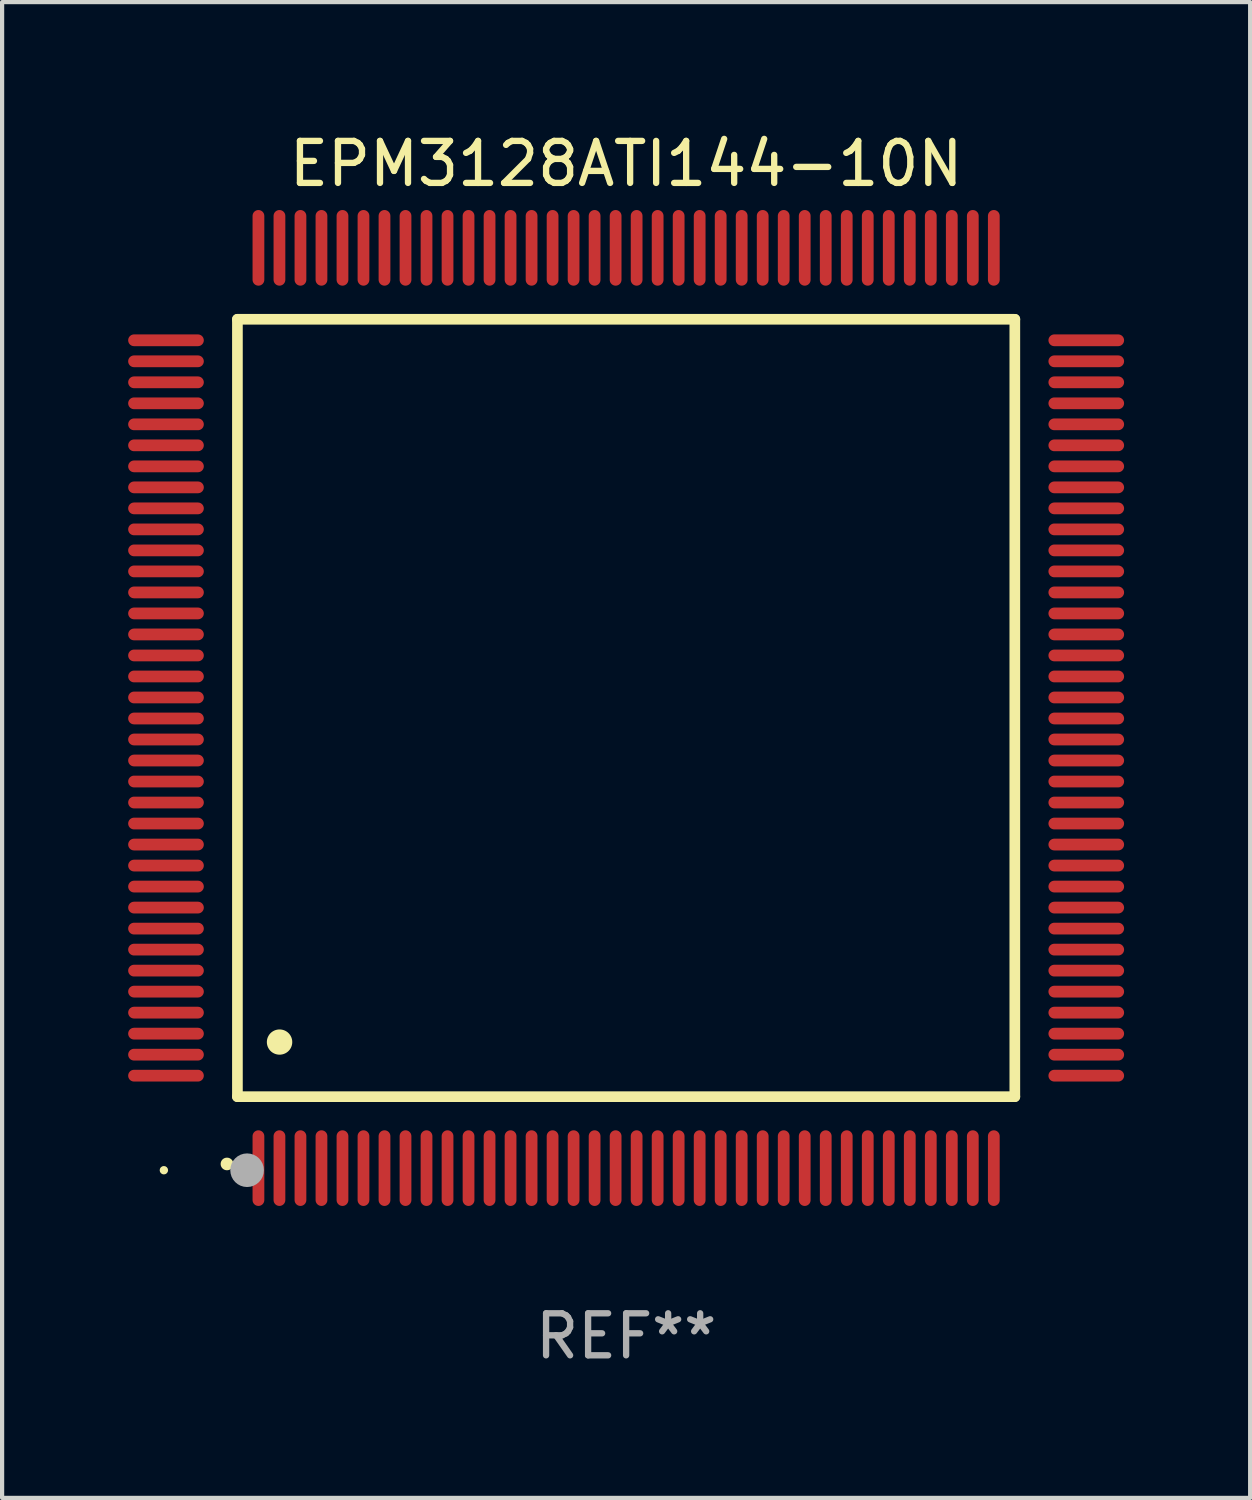
<source format=kicad_pcb>
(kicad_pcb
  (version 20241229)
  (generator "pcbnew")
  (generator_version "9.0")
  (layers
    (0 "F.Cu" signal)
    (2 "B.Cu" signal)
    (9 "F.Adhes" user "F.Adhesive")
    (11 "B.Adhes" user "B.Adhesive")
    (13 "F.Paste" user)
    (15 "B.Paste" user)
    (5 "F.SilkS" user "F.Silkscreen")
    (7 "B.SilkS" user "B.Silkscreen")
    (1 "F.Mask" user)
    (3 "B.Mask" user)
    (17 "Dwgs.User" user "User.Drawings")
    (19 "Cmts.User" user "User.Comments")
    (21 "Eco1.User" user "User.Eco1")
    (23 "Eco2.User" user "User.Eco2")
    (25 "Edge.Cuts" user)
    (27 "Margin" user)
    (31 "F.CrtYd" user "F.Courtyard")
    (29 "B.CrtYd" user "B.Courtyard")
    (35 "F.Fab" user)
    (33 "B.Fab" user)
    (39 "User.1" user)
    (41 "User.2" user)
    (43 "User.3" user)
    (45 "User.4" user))
  (footprint "EPM3128ATI144-10N"
    (layer "F.Cu")
    (at 11.85 13.798)
    (property "Reference" "EPM3128ATI144-10N" (at 0 -12.95 0) (layer "F.SilkS") (effects (font (size 1 1) (thickness 0.15))))
    (attr through_hole)
    (fp_line (start -9.25 -9.25) (end -9.25 9.25) (stroke (width 0.254) (type solid)) (layer "F.SilkS"))
    (fp_line (start -9.25 9.25) (end 9.25 9.25) (stroke (width 0.254) (type solid)) (layer "F.SilkS"))
    (fp_line (start 9.25 -9.25) (end -9.25 -9.25) (stroke (width 0.254) (type solid)) (layer "F.SilkS"))
    (fp_line (start 9.25 9.25) (end 9.25 -9.25) (stroke (width 0.254) (type solid)) (layer "F.SilkS"))
    (fp_arc (start -9.499619 10.850902) (mid -9.498349 10.850897) (end -9.497079 10.850902) (stroke (width 0.3) (type solid)) (layer "F.SilkS"))
    (fp_arc (start -8.249936 7.950216) (mid -8.247396 7.950205) (end -8.244856 7.950216) (stroke (width 0.6) (type solid)) (layer "F.SilkS"))
    (fp_circle (center -11 11) (end -10.95 11) (stroke (width 0.1) (type solid)) (fill no) (layer "F.SilkS"))
    (fp_circle (center -9.02 11) (end -8.82 11) (stroke (width 0.4) (type solid)) (fill no) (layer "F.Fab"))
    (fp_text user "REF**" (at 0 14.95 0) (layer "F.Fab") (effects (font (size 1 1) (thickness 0.15))))
    (pad "1" smd oval (at -8.75 10.95) (size 0.28 1.8) (layers "F.Cu" "F.Mask" "F.Paste"))
    (pad "2" smd oval (at -8.25 10.95) (size 0.28 1.8) (layers "F.Cu" "F.Mask" "F.Paste"))
    (pad "3" smd oval (at -7.75 10.95) (size 0.28 1.8) (layers "F.Cu" "F.Mask" "F.Paste"))
    (pad "4" smd oval (at -7.25 10.95) (size 0.28 1.8) (layers "F.Cu" "F.Mask" "F.Paste"))
    (pad "5" smd oval (at -6.75 10.95) (size 0.28 1.8) (layers "F.Cu" "F.Mask" "F.Paste"))
    (pad "6" smd oval (at -6.25 10.95) (size 0.28 1.8) (layers "F.Cu" "F.Mask" "F.Paste"))
    (pad "7" smd oval (at -5.75 10.95) (size 0.28 1.8) (layers "F.Cu" "F.Mask" "F.Paste"))
    (pad "8" smd oval (at -5.25 10.95) (size 0.28 1.8) (layers "F.Cu" "F.Mask" "F.Paste"))
    (pad "9" smd oval (at -4.75 10.95) (size 0.28 1.8) (layers "F.Cu" "F.Mask" "F.Paste"))
    (pad "10" smd oval (at -4.25 10.95) (size 0.28 1.8) (layers "F.Cu" "F.Mask" "F.Paste"))
    (pad "11" smd oval (at -3.75 10.95) (size 0.28 1.8) (layers "F.Cu" "F.Mask" "F.Paste"))
    (pad "12" smd oval (at -3.25 10.95) (size 0.28 1.8) (layers "F.Cu" "F.Mask" "F.Paste"))
    (pad "13" smd oval (at -2.75 10.95) (size 0.28 1.8) (layers "F.Cu" "F.Mask" "F.Paste"))
    (pad "14" smd oval (at -2.25 10.95) (size 0.28 1.8) (layers "F.Cu" "F.Mask" "F.Paste"))
    (pad "15" smd oval (at -1.75 10.95) (size 0.28 1.8) (layers "F.Cu" "F.Mask" "F.Paste"))
    (pad "16" smd oval (at -1.25 10.95) (size 0.28 1.8) (layers "F.Cu" "F.Mask" "F.Paste"))
    (pad "17" smd oval (at -0.75 10.95) (size 0.28 1.8) (layers "F.Cu" "F.Mask" "F.Paste"))
    (pad "18" smd oval (at -0.25 10.95) (size 0.28 1.8) (layers "F.Cu" "F.Mask" "F.Paste"))
    (pad "19" smd oval (at 0.25 10.95) (size 0.28 1.8) (layers "F.Cu" "F.Mask" "F.Paste"))
    (pad "20" smd oval (at 0.75 10.95) (size 0.28 1.8) (layers "F.Cu" "F.Mask" "F.Paste"))
    (pad "21" smd oval (at 1.25 10.95) (size 0.28 1.8) (layers "F.Cu" "F.Mask" "F.Paste"))
    (pad "22" smd oval (at 1.75 10.95) (size 0.28 1.8) (layers "F.Cu" "F.Mask" "F.Paste"))
    (pad "23" smd oval (at 2.25 10.95) (size 0.28 1.8) (layers "F.Cu" "F.Mask" "F.Paste"))
    (pad "24" smd oval (at 2.75 10.95) (size 0.28 1.8) (layers "F.Cu" "F.Mask" "F.Paste"))
    (pad "25" smd oval (at 3.25 10.95) (size 0.28 1.8) (layers "F.Cu" "F.Mask" "F.Paste"))
    (pad "26" smd oval (at 3.75 10.95) (size 0.28 1.8) (layers "F.Cu" "F.Mask" "F.Paste"))
    (pad "27" smd oval (at 4.25 10.95) (size 0.28 1.8) (layers "F.Cu" "F.Mask" "F.Paste"))
    (pad "28" smd oval (at 4.75 10.95) (size 0.28 1.8) (layers "F.Cu" "F.Mask" "F.Paste"))
    (pad "29" smd oval (at 5.25 10.95) (size 0.28 1.8) (layers "F.Cu" "F.Mask" "F.Paste"))
    (pad "30" smd oval (at 5.75 10.95) (size 0.28 1.8) (layers "F.Cu" "F.Mask" "F.Paste"))
    (pad "31" smd oval (at 6.25 10.95) (size 0.28 1.8) (layers "F.Cu" "F.Mask" "F.Paste"))
    (pad "32" smd oval (at 6.75 10.95) (size 0.28 1.8) (layers "F.Cu" "F.Mask" "F.Paste"))
    (pad "33" smd oval (at 7.25 10.95) (size 0.28 1.8) (layers "F.Cu" "F.Mask" "F.Paste"))
    (pad "34" smd oval (at 7.75 10.95) (size 0.28 1.8) (layers "F.Cu" "F.Mask" "F.Paste"))
    (pad "35" smd oval (at 8.25 10.95) (size 0.28 1.8) (layers "F.Cu" "F.Mask" "F.Paste"))
    (pad "36" smd oval (at 8.75 10.95) (size 0.28 1.8) (layers "F.Cu" "F.Mask" "F.Paste"))
    (pad "37" smd oval (at 10.95 8.75) (size 1.8 0.28) (layers "F.Cu" "F.Mask" "F.Paste"))
    (pad "38" smd oval (at 10.95 8.25) (size 1.8 0.28) (layers "F.Cu" "F.Mask" "F.Paste"))
    (pad "39" smd oval (at 10.95 7.75) (size 1.8 0.28) (layers "F.Cu" "F.Mask" "F.Paste"))
    (pad "40" smd oval (at 10.95 7.25) (size 1.8 0.28) (layers "F.Cu" "F.Mask" "F.Paste"))
    (pad "41" smd oval (at 10.95 6.75) (size 1.8 0.28) (layers "F.Cu" "F.Mask" "F.Paste"))
    (pad "42" smd oval (at 10.95 6.25) (size 1.8 0.28) (layers "F.Cu" "F.Mask" "F.Paste"))
    (pad "43" smd oval (at 10.95 5.75) (size 1.8 0.28) (layers "F.Cu" "F.Mask" "F.Paste"))
    (pad "44" smd oval (at 10.95 5.25) (size 1.8 0.28) (layers "F.Cu" "F.Mask" "F.Paste"))
    (pad "45" smd oval (at 10.95 4.75) (size 1.8 0.28) (layers "F.Cu" "F.Mask" "F.Paste"))
    (pad "46" smd oval (at 10.95 4.25) (size 1.8 0.28) (layers "F.Cu" "F.Mask" "F.Paste"))
    (pad "47" smd oval (at 10.95 3.75) (size 1.8 0.28) (layers "F.Cu" "F.Mask" "F.Paste"))
    (pad "48" smd oval (at 10.95 3.25) (size 1.8 0.28) (layers "F.Cu" "F.Mask" "F.Paste"))
    (pad "49" smd oval (at 10.95 2.75) (size 1.8 0.28) (layers "F.Cu" "F.Mask" "F.Paste"))
    (pad "50" smd oval (at 10.95 2.25) (size 1.8 0.28) (layers "F.Cu" "F.Mask" "F.Paste"))
    (pad "51" smd oval (at 10.95 1.75) (size 1.8 0.28) (layers "F.Cu" "F.Mask" "F.Paste"))
    (pad "52" smd oval (at 10.95 1.25) (size 1.8 0.28) (layers "F.Cu" "F.Mask" "F.Paste"))
    (pad "53" smd oval (at 10.95 0.75) (size 1.8 0.28) (layers "F.Cu" "F.Mask" "F.Paste"))
    (pad "54" smd oval (at 10.95 0.25) (size 1.8 0.28) (layers "F.Cu" "F.Mask" "F.Paste"))
    (pad "55" smd oval (at 10.95 -0.25) (size 1.8 0.28) (layers "F.Cu" "F.Mask" "F.Paste"))
    (pad "56" smd oval (at 10.95 -0.75) (size 1.8 0.28) (layers "F.Cu" "F.Mask" "F.Paste"))
    (pad "57" smd oval (at 10.95 -1.25) (size 1.8 0.28) (layers "F.Cu" "F.Mask" "F.Paste"))
    (pad "58" smd oval (at 10.95 -1.75) (size 1.8 0.28) (layers "F.Cu" "F.Mask" "F.Paste"))
    (pad "59" smd oval (at 10.95 -2.25) (size 1.8 0.28) (layers "F.Cu" "F.Mask" "F.Paste"))
    (pad "60" smd oval (at 10.95 -2.75) (size 1.8 0.28) (layers "F.Cu" "F.Mask" "F.Paste"))
    (pad "61" smd oval (at 10.95 -3.25) (size 1.8 0.28) (layers "F.Cu" "F.Mask" "F.Paste"))
    (pad "62" smd oval (at 10.95 -3.75) (size 1.8 0.28) (layers "F.Cu" "F.Mask" "F.Paste"))
    (pad "63" smd oval (at 10.95 -4.25) (size 1.8 0.28) (layers "F.Cu" "F.Mask" "F.Paste"))
    (pad "64" smd oval (at 10.95 -4.75) (size 1.8 0.28) (layers "F.Cu" "F.Mask" "F.Paste"))
    (pad "65" smd oval (at 10.95 -5.25) (size 1.8 0.28) (layers "F.Cu" "F.Mask" "F.Paste"))
    (pad "66" smd oval (at 10.95 -5.75) (size 1.8 0.28) (layers "F.Cu" "F.Mask" "F.Paste"))
    (pad "67" smd oval (at 10.95 -6.25) (size 1.8 0.28) (layers "F.Cu" "F.Mask" "F.Paste"))
    (pad "68" smd oval (at 10.95 -6.75) (size 1.8 0.28) (layers "F.Cu" "F.Mask" "F.Paste"))
    (pad "69" smd oval (at 10.95 -7.25) (size 1.8 0.28) (layers "F.Cu" "F.Mask" "F.Paste"))
    (pad "70" smd oval (at 10.95 -7.75) (size 1.8 0.28) (layers "F.Cu" "F.Mask" "F.Paste"))
    (pad "71" smd oval (at 10.95 -8.25) (size 1.8 0.28) (layers "F.Cu" "F.Mask" "F.Paste"))
    (pad "72" smd oval (at 10.95 -8.75) (size 1.8 0.28) (layers "F.Cu" "F.Mask" "F.Paste"))
    (pad "73" smd oval (at 8.75 -10.95) (size 0.28 1.8) (layers "F.Cu" "F.Mask" "F.Paste"))
    (pad "74" smd oval (at 8.25 -10.95) (size 0.28 1.8) (layers "F.Cu" "F.Mask" "F.Paste"))
    (pad "75" smd oval (at 7.75 -10.95) (size 0.28 1.8) (layers "F.Cu" "F.Mask" "F.Paste"))
    (pad "76" smd oval (at 7.25 -10.95) (size 0.28 1.8) (layers "F.Cu" "F.Mask" "F.Paste"))
    (pad "77" smd oval (at 6.75 -10.95) (size 0.28 1.8) (layers "F.Cu" "F.Mask" "F.Paste"))
    (pad "78" smd oval (at 6.25 -10.95) (size 0.28 1.8) (layers "F.Cu" "F.Mask" "F.Paste"))
    (pad "79" smd oval (at 5.75 -10.95) (size 0.28 1.8) (layers "F.Cu" "F.Mask" "F.Paste"))
    (pad "80" smd oval (at 5.25 -10.95) (size 0.28 1.8) (layers "F.Cu" "F.Mask" "F.Paste"))
    (pad "81" smd oval (at 4.75 -10.95) (size 0.28 1.8) (layers "F.Cu" "F.Mask" "F.Paste"))
    (pad "82" smd oval (at 4.25 -10.95) (size 0.28 1.8) (layers "F.Cu" "F.Mask" "F.Paste"))
    (pad "83" smd oval (at 3.75 -10.95) (size 0.28 1.8) (layers "F.Cu" "F.Mask" "F.Paste"))
    (pad "84" smd oval (at 3.25 -10.95) (size 0.28 1.8) (layers "F.Cu" "F.Mask" "F.Paste"))
    (pad "85" smd oval (at 2.75 -10.95) (size 0.28 1.8) (layers "F.Cu" "F.Mask" "F.Paste"))
    (pad "86" smd oval (at 2.25 -10.95) (size 0.28 1.8) (layers "F.Cu" "F.Mask" "F.Paste"))
    (pad "87" smd oval (at 1.75 -10.95) (size 0.28 1.8) (layers "F.Cu" "F.Mask" "F.Paste"))
    (pad "88" smd oval (at 1.25 -10.95) (size 0.28 1.8) (layers "F.Cu" "F.Mask" "F.Paste"))
    (pad "89" smd oval (at 0.75 -10.95) (size 0.28 1.8) (layers "F.Cu" "F.Mask" "F.Paste"))
    (pad "90" smd oval (at 0.25 -10.95) (size 0.28 1.8) (layers "F.Cu" "F.Mask" "F.Paste"))
    (pad "91" smd oval (at -0.25 -10.95) (size 0.28 1.8) (layers "F.Cu" "F.Mask" "F.Paste"))
    (pad "92" smd oval (at -0.75 -10.95) (size 0.28 1.8) (layers "F.Cu" "F.Mask" "F.Paste"))
    (pad "93" smd oval (at -1.25 -10.95) (size 0.28 1.8) (layers "F.Cu" "F.Mask" "F.Paste"))
    (pad "94" smd oval (at -1.75 -10.95) (size 0.28 1.8) (layers "F.Cu" "F.Mask" "F.Paste"))
    (pad "95" smd oval (at -2.25 -10.95) (size 0.28 1.8) (layers "F.Cu" "F.Mask" "F.Paste"))
    (pad "96" smd oval (at -2.75 -10.95) (size 0.28 1.8) (layers "F.Cu" "F.Mask" "F.Paste"))
    (pad "97" smd oval (at -3.25 -10.95) (size 0.28 1.8) (layers "F.Cu" "F.Mask" "F.Paste"))
    (pad "98" smd oval (at -3.75 -10.95) (size 0.28 1.8) (layers "F.Cu" "F.Mask" "F.Paste"))
    (pad "99" smd oval (at -4.25 -10.95) (size 0.28 1.8) (layers "F.Cu" "F.Mask" "F.Paste"))
    (pad "100" smd oval (at -4.75 -10.95) (size 0.28 1.8) (layers "F.Cu" "F.Mask" "F.Paste"))
    (pad "101" smd oval (at -5.25 -10.95) (size 0.28 1.8) (layers "F.Cu" "F.Mask" "F.Paste"))
    (pad "102" smd oval (at -5.75 -10.95) (size 0.28 1.8) (layers "F.Cu" "F.Mask" "F.Paste"))
    (pad "103" smd oval (at -6.25 -10.95) (size 0.28 1.8) (layers "F.Cu" "F.Mask" "F.Paste"))
    (pad "104" smd oval (at -6.75 -10.95) (size 0.28 1.8) (layers "F.Cu" "F.Mask" "F.Paste"))
    (pad "105" smd oval (at -7.25 -10.95) (size 0.28 1.8) (layers "F.Cu" "F.Mask" "F.Paste"))
    (pad "106" smd oval (at -7.75 -10.95) (size 0.28 1.8) (layers "F.Cu" "F.Mask" "F.Paste"))
    (pad "107" smd oval (at -8.25 -10.95) (size 0.28 1.8) (layers "F.Cu" "F.Mask" "F.Paste"))
    (pad "108" smd oval (at -8.75 -10.95) (size 0.28 1.8) (layers "F.Cu" "F.Mask" "F.Paste"))
    (pad "109" smd oval (at -10.95 -8.75) (size 1.8 0.28) (layers "F.Cu" "F.Mask" "F.Paste"))
    (pad "110" smd oval (at -10.95 -8.25) (size 1.8 0.28) (layers "F.Cu" "F.Mask" "F.Paste"))
    (pad "111" smd oval (at -10.95 -7.75) (size 1.8 0.28) (layers "F.Cu" "F.Mask" "F.Paste"))
    (pad "112" smd oval (at -10.95 -7.25) (size 1.8 0.28) (layers "F.Cu" "F.Mask" "F.Paste"))
    (pad "113" smd oval (at -10.95 -6.75) (size 1.8 0.28) (layers "F.Cu" "F.Mask" "F.Paste"))
    (pad "114" smd oval (at -10.95 -6.25) (size 1.8 0.28) (layers "F.Cu" "F.Mask" "F.Paste"))
    (pad "115" smd oval (at -10.95 -5.75) (size 1.8 0.28) (layers "F.Cu" "F.Mask" "F.Paste"))
    (pad "116" smd oval (at -10.95 -5.25) (size 1.8 0.28) (layers "F.Cu" "F.Mask" "F.Paste"))
    (pad "117" smd oval (at -10.95 -4.75) (size 1.8 0.28) (layers "F.Cu" "F.Mask" "F.Paste"))
    (pad "118" smd oval (at -10.95 -4.25) (size 1.8 0.28) (layers "F.Cu" "F.Mask" "F.Paste"))
    (pad "119" smd oval (at -10.95 -3.75) (size 1.8 0.28) (layers "F.Cu" "F.Mask" "F.Paste"))
    (pad "120" smd oval (at -10.95 -3.25) (size 1.8 0.28) (layers "F.Cu" "F.Mask" "F.Paste"))
    (pad "121" smd oval (at -10.95 -2.75) (size 1.8 0.28) (layers "F.Cu" "F.Mask" "F.Paste"))
    (pad "122" smd oval (at -10.95 -2.25) (size 1.8 0.28) (layers "F.Cu" "F.Mask" "F.Paste"))
    (pad "123" smd oval (at -10.95 -1.75) (size 1.8 0.28) (layers "F.Cu" "F.Mask" "F.Paste"))
    (pad "124" smd oval (at -10.95 -1.25) (size 1.8 0.28) (layers "F.Cu" "F.Mask" "F.Paste"))
    (pad "125" smd oval (at -10.95 -0.75) (size 1.8 0.28) (layers "F.Cu" "F.Mask" "F.Paste"))
    (pad "126" smd oval (at -10.95 -0.25) (size 1.8 0.28) (layers "F.Cu" "F.Mask" "F.Paste"))
    (pad "127" smd oval (at -10.95 0.25) (size 1.8 0.28) (layers "F.Cu" "F.Mask" "F.Paste"))
    (pad "128" smd oval (at -10.95 0.75) (size 1.8 0.28) (layers "F.Cu" "F.Mask" "F.Paste"))
    (pad "129" smd oval (at -10.95 1.25) (size 1.8 0.28) (layers "F.Cu" "F.Mask" "F.Paste"))
    (pad "130" smd oval (at -10.95 1.75) (size 1.8 0.28) (layers "F.Cu" "F.Mask" "F.Paste"))
    (pad "131" smd oval (at -10.95 2.25) (size 1.8 0.28) (layers "F.Cu" "F.Mask" "F.Paste"))
    (pad "132" smd oval (at -10.95 2.75) (size 1.8 0.28) (layers "F.Cu" "F.Mask" "F.Paste"))
    (pad "133" smd oval (at -10.95 3.25) (size 1.8 0.28) (layers "F.Cu" "F.Mask" "F.Paste"))
    (pad "134" smd oval (at -10.95 3.75) (size 1.8 0.28) (layers "F.Cu" "F.Mask" "F.Paste"))
    (pad "135" smd oval (at -10.95 4.25) (size 1.8 0.28) (layers "F.Cu" "F.Mask" "F.Paste"))
    (pad "136" smd oval (at -10.95 4.75) (size 1.8 0.28) (layers "F.Cu" "F.Mask" "F.Paste"))
    (pad "137" smd oval (at -10.95 5.25) (size 1.8 0.28) (layers "F.Cu" "F.Mask" "F.Paste"))
    (pad "138" smd oval (at -10.95 5.75) (size 1.8 0.28) (layers "F.Cu" "F.Mask" "F.Paste"))
    (pad "139" smd oval (at -10.95 6.25) (size 1.8 0.28) (layers "F.Cu" "F.Mask" "F.Paste"))
    (pad "140" smd oval (at -10.95 6.75) (size 1.8 0.28) (layers "F.Cu" "F.Mask" "F.Paste"))
    (pad "141" smd oval (at -10.95 7.25) (size 1.8 0.28) (layers "F.Cu" "F.Mask" "F.Paste"))
    (pad "142" smd oval (at -10.95 7.75) (size 1.8 0.28) (layers "F.Cu" "F.Mask" "F.Paste"))
    (pad "143" smd oval (at -10.95 8.25) (size 1.8 0.28) (layers "F.Cu" "F.Mask" "F.Paste"))
    (pad "144" smd oval (at -10.95 8.75) (size 1.8 0.28) (layers "F.Cu" "F.Mask" "F.Paste")))
  (gr_rect
    (start -3 -3)
    (end 26.7 32.596)
    (stroke (width 0.1) (type default))
    (fill no)
    (layer "Edge.Cuts")))
</source>
